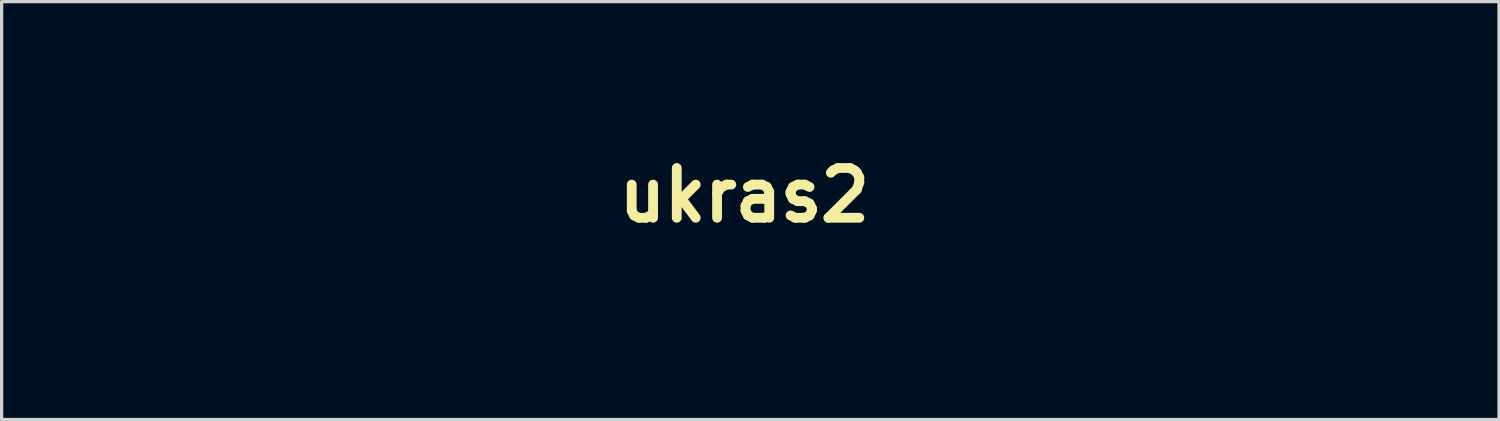
<source format=kicad_pcb>
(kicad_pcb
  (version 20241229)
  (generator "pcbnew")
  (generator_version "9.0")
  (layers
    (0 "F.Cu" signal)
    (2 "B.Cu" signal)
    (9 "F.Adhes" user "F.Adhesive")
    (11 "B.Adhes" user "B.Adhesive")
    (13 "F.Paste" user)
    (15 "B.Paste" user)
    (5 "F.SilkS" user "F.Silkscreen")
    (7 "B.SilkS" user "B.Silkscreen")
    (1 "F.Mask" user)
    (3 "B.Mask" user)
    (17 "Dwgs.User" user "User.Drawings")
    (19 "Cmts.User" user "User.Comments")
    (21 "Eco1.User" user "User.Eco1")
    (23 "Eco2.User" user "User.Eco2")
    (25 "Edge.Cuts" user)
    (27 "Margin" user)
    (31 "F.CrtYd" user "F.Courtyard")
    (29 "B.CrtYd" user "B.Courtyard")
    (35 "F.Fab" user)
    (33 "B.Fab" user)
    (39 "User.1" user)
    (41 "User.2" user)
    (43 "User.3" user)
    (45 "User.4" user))
  (footprint "ukras2"
    (layer "F.Cu")
    (at 19.738 2.928)
    (property "Reference" "ukras2" (at 0 0 0) (layer "F.SilkS") (effects (font (size 1.524 1.524) (thickness 0.3))))
    (attr through_hole)
    (fp_poly (pts (xy 7.546 -2.881) (xy 7.57 -2.752) (xy 7.57 -2.728) (xy 7.603 -2.529) (xy 7.687 -2.321) (xy 7.801 -2.144) (xy 7.897 -2.054) (xy 7.995 -2) (xy 8.051 -1.989) (xy 8.052 -1.99) (xy 8.048 -2.046) (xy 8.013 -2.166) (xy 7.972 -2.284) (xy 7.9 -2.523) (xy 7.889 -2.7) (xy 7.937 -2.808) (xy 7.996 -2.837) (xy 8.063 -2.833) (xy 8.068 -2.767) (xy 8.061 -2.737) (xy 8.052 -2.57) (xy 8.093 -2.375) (xy 8.172 -2.179) (xy 8.275 -2.005) (xy 8.39 -1.88) (xy 8.505 -1.829) (xy 8.512 -1.829) (xy 8.56 -1.83) (xy 8.578 -1.85) (xy 8.567 -1.911) (xy 8.525 -2.039) (xy 8.506 -2.095) (xy 8.458 -2.286) (xy 8.442 -2.467) (xy 8.455 -2.615) (xy 8.498 -2.703) (xy 8.534 -2.718) (xy 8.585 -2.69) (xy 8.598 -2.592) (xy 8.594 -2.53) (xy 8.603 -2.396) (xy 8.64 -2.234) (xy 8.695 -2.075) (xy 8.757 -1.947) (xy 8.816 -1.882) (xy 8.828 -1.88) (xy 8.851 -1.926) (xy 8.866 -2.047) (xy 8.869 -2.204) (xy 8.875 -2.407) (xy 8.902 -2.539) (xy 8.957 -2.631) (xy 8.961 -2.636) (xy 9.066 -2.727) (xy 9.137 -2.727) (xy 9.178 -2.664) (xy 9.165 -2.571) (xy 9.096 -2.481) (xy 9.025 -2.395) (xy 9.005 -2.293) (xy 9.019 -2.166) (xy 9.062 -2.019) (xy 9.136 -1.863) (xy 9.223 -1.727) (xy 9.306 -1.641) (xy 9.345 -1.626) (xy 9.367 -1.67) (xy 9.367 -1.78) (xy 9.362 -1.818) (xy 9.362 -1.983) (xy 9.411 -2.073) (xy 9.497 -2.106) (xy 9.554 -2.06) (xy 9.571 -1.954) (xy 9.546 -1.839) (xy 9.513 -1.691) (xy 9.512 -1.565) (xy 9.529 -1.493) (xy 9.551 -1.502) (xy 9.592 -1.6) (xy 9.666 -1.771) (xy 9.731 -1.867) (xy 9.806 -1.912) (xy 9.854 -1.922) (xy 9.982 -1.919) (xy 10.026 -1.866) (xy 9.984 -1.768) (xy 9.888 -1.661) (xy 9.76 -1.51) (xy 9.705 -1.374) (xy 9.728 -1.27) (xy 9.762 -1.24) (xy 9.863 -1.201) (xy 10.032 -1.158) (xy 10.236 -1.118) (xy 10.443 -1.086) (xy 10.618 -1.07) (xy 10.655 -1.069) (xy 10.792 -1.061) (xy 10.854 -1.031) (xy 10.871 -0.963) (xy 10.871 -0.943) (xy 10.824 -0.787) (xy 10.698 -0.67) (xy 10.622 -0.636) (xy 10.51 -0.567) (xy 10.492 -0.458) (xy 10.567 -0.311) (xy 10.735 -0.126) (xy 10.868 -0.007) (xy 11.028 0.157) (xy 11.181 0.364) (xy 11.31 0.585) (xy 11.399 0.792) (xy 11.43 0.951) (xy 11.445 1.021) (xy 11.5 1.084) (xy 11.605 1.143) (xy 11.776 1.206) (xy 12.023 1.278) (xy 12.277 1.345) (xy 12.981 1.481) (xy 13.723 1.547) (xy 14.472 1.542) (xy 15.198 1.467) (xy 15.578 1.394) (xy 15.805 1.34) (xy 15.946 1.295) (xy 16.016 1.249) (xy 16.028 1.189) (xy 15.996 1.105) (xy 15.981 1.076) (xy 15.926 0.948) (xy 15.901 0.851) (xy 15.9 0.846) (xy 15.939 0.763) (xy 16.034 0.738) (xy 16.158 0.775) (xy 16.205 0.804) (xy 16.332 0.868) (xy 16.509 0.921) (xy 16.614 0.94) (xy 16.826 0.979) (xy 17.065 1.037) (xy 17.19 1.073) (xy 17.408 1.137) (xy 17.563 1.162) (xy 17.686 1.151) (xy 17.808 1.103) (xy 17.833 1.091) (xy 17.924 1.033) (xy 17.969 0.959) (xy 17.982 0.833) (xy 17.983 0.763) (xy 17.978 0.618) (xy 17.956 0.488) (xy 17.909 0.35) (xy 17.828 0.183) (xy 17.705 -0.038) (xy 17.631 -0.165) (xy 17.498 -0.38) (xy 17.398 -0.507) (xy 17.325 -0.553) (xy 17.273 -0.522) (xy 17.254 -0.483) (xy 17.197 -0.412) (xy 17.141 -0.429) (xy 17.12 -0.513) (xy 17.076 -0.614) (xy 17.018 -0.646) (xy 16.928 -0.689) (xy 16.936 -0.755) (xy 16.974 -0.799) (xy 17.021 -0.888) (xy 16.988 -0.96) (xy 16.899 -1.002) (xy 16.776 -1.004) (xy 16.66 -0.964) (xy 16.556 -0.868) (xy 16.464 -0.719) (xy 16.412 -0.566) (xy 16.408 -0.523) (xy 16.384 -0.409) (xy 16.324 -0.256) (xy 16.245 -0.096) (xy 16.163 0.038) (xy 16.094 0.113) (xy 16.086 0.117) (xy 15.99 0.109) (xy 15.921 0.064) (xy 15.873 0.003) (xy 15.886 -0.05) (xy 15.972 -0.127) (xy 15.982 -0.135) (xy 16.075 -0.228) (xy 16.082 -0.293) (xy 16.072 -0.306) (xy 16.011 -0.317) (xy 15.904 -0.26) (xy 15.795 -0.174) (xy 15.66 -0.069) (xy 15.556 -0.017) (xy 15.439 -0.005) (xy 15.295 -0.017) (xy 15.078 -0.062) (xy 14.902 -0.141) (xy 14.782 -0.241) (xy 14.732 -0.35) (xy 14.764 -0.456) (xy 14.782 -0.475) (xy 14.841 -0.495) (xy 14.917 -0.437) (xy 14.952 -0.397) (xy 15.11 -0.267) (xy 15.298 -0.212) (xy 15.44 -0.227) (xy 15.53 -0.286) (xy 15.529 -0.366) (xy 15.439 -0.453) (xy 15.369 -0.492) (xy 15.216 -0.588) (xy 15.157 -0.692) (xy 15.171 -0.787) (xy 15.233 -0.857) (xy 15.313 -0.843) (xy 15.386 -0.751) (xy 15.397 -0.725) (xy 15.455 -0.611) (xy 15.51 -0.548) (xy 15.631 -0.514) (xy 15.792 -0.516) (xy 15.937 -0.552) (xy 15.955 -0.561) (xy 16.041 -0.638) (xy 16.027 -0.722) (xy 15.912 -0.813) (xy 15.794 -0.87) (xy 15.609 -0.971) (xy 15.503 -1.077) (xy 15.491 -1.1) (xy 15.446 -1.176) (xy 15.366 -1.21) (xy 15.218 -1.219) (xy 15.214 -1.219) (xy 15.206 -1.22) (xy 15.672 -1.22) (xy 15.838 -1.067) (xy 15.982 -0.956) (xy 16.115 -0.919) (xy 16.282 -0.943) (xy 16.294 -0.946) (xy 16.39 -1) (xy 16.395 -1.075) (xy 16.312 -1.155) (xy 16.231 -1.197) (xy 16.115 -1.263) (xy 16.055 -1.333) (xy 16.053 -1.347) (xy 16.02 -1.412) (xy 15.933 -1.409) (xy 15.811 -1.337) (xy 15.792 -1.321) (xy 15.672 -1.22) (xy 15.206 -1.22) (xy 15.047 -1.233) (xy 14.963 -1.279) (xy 14.952 -1.299) (xy 14.949 -1.4) (xy 15.015 -1.448) (xy 15.127 -1.428) (xy 15.14 -1.421) (xy 15.253 -1.386) (xy 15.395 -1.403) (xy 15.451 -1.419) (xy 15.551 -1.455) (xy 16.275 -1.455) (xy 16.284 -1.408) (xy 16.353 -1.33) (xy 16.471 -1.272) (xy 16.608 -1.239) (xy 16.735 -1.238) (xy 16.821 -1.271) (xy 16.84 -1.317) (xy 16.796 -1.379) (xy 16.688 -1.447) (xy 16.549 -1.508) (xy 16.414 -1.547) (xy 16.319 -1.55) (xy 16.302 -1.54) (xy 16.275 -1.455) (xy 15.551 -1.455) (xy 15.574 -1.464) (xy 15.641 -1.504) (xy 15.646 -1.513) (xy 15.605 -1.554) (xy 15.496 -1.624) (xy 15.356 -1.702) (xy 15.156 -1.825) (xy 15.01 -1.967) (xy 14.898 -2.134) (xy 14.781 -2.367) (xy 14.743 -2.546) (xy 14.744 -2.565) (xy 14.769 -2.68) (xy 14.811 -2.7) (xy 14.862 -2.629) (xy 14.915 -2.472) (xy 14.918 -2.461) (xy 15.016 -2.228) (xy 15.173 -2.019) (xy 15.359 -1.871) (xy 15.359 -1.871) (xy 15.44 -1.838) (xy 15.468 -1.861) (xy 15.444 -1.949) (xy 15.366 -2.112) (xy 15.34 -2.161) (xy 15.236 -2.395) (xy 15.205 -2.561) (xy 15.247 -2.659) (xy 15.303 -2.683) (xy 15.367 -2.672) (xy 15.391 -2.591) (xy 15.392 -2.542) (xy 15.425 -2.357) (xy 15.511 -2.152) (xy 15.629 -1.964) (xy 15.761 -1.828) (xy 15.804 -1.801) (xy 15.913 -1.752) (xy 15.978 -1.738) (xy 15.981 -1.74) (xy 15.974 -1.794) (xy 15.936 -1.915) (xy 15.876 -2.079) (xy 15.873 -2.087) (xy 15.79 -2.331) (xy 15.764 -2.498) (xy 15.796 -2.597) (xy 15.862 -2.632) (xy 15.923 -2.624) (xy 15.948 -2.551) (xy 15.951 -2.466) (xy 15.971 -2.317) (xy 16.022 -2.157) (xy 16.093 -2.007) (xy 16.17 -1.892) (xy 16.242 -1.834) (xy 16.287 -1.842) (xy 16.29 -1.901) (xy 16.273 -2.025) (xy 16.256 -2.108) (xy 16.231 -2.32) (xy 16.25 -2.502) (xy 16.307 -2.633) (xy 16.397 -2.691) (xy 16.412 -2.692) (xy 16.491 -2.657) (xy 16.505 -2.57) (xy 16.452 -2.46) (xy 16.437 -2.441) (xy 16.389 -2.319) (xy 16.409 -2.153) (xy 16.489 -1.97) (xy 16.622 -1.795) (xy 16.634 -1.782) (xy 16.817 -1.6) (xy 16.803 -1.852) (xy 16.801 -2.007) (xy 16.821 -2.088) (xy 16.872 -2.121) (xy 16.885 -2.124) (xy 16.938 -2.126) (xy 16.961 -2.089) (xy 16.96 -1.99) (xy 16.945 -1.864) (xy 16.934 -1.687) (xy 16.949 -1.578) (xy 16.982 -1.548) (xy 17.027 -1.604) (xy 17.067 -1.72) (xy 17.144 -1.912) (xy 17.247 -2.007) (xy 17.371 -2.007) (xy 17.462 -1.954) (xy 17.454 -1.887) (xy 17.378 -1.831) (xy 17.298 -1.75) (xy 17.228 -1.618) (xy 17.219 -1.592) (xy 17.184 -1.464) (xy 17.194 -1.391) (xy 17.24 -1.345) (xy 17.339 -1.307) (xy 17.509 -1.274) (xy 17.717 -1.25) (xy 17.931 -1.237) (xy 18.12 -1.238) (xy 18.226 -1.25) (xy 18.337 -1.265) (xy 18.382 -1.232) (xy 18.39 -1.129) (xy 18.39 -1.129) (xy 18.364 -1.003) (xy 18.273 -0.882) (xy 18.199 -0.817) (xy 18.009 -0.658) (xy 18.286 -0.418) (xy 18.563 -0.172) (xy 18.771 0.029) (xy 18.924 0.2) (xy 19.034 0.357) (xy 19.114 0.515) (xy 19.142 0.586) (xy 19.208 0.79) (xy 19.258 0.995) (xy 19.277 1.11) (xy 19.294 1.249) (xy 19.312 1.338) (xy 19.318 1.352) (xy 19.373 1.348) (xy 19.491 1.317) (xy 19.572 1.292) (xy 19.743 1.247) (xy 19.901 1.227) (xy 19.948 1.228) (xy 20.044 1.259) (xy 20.095 1.333) (xy 20.1 1.46) (xy 20.059 1.653) (xy 19.972 1.924) (xy 19.95 1.985) (xy 19.839 2.288) (xy 19.752 2.507) (xy 19.682 2.654) (xy 19.623 2.741) (xy 19.57 2.782) (xy 19.563 2.784) (xy 19.524 2.779) (xy 19.51 2.717) (xy 19.52 2.578) (xy 19.524 2.534) (xy 19.54 2.382) (xy 19.538 2.316) (xy 19.515 2.322) (xy 19.483 2.362) (xy 19.392 2.488) (xy 19.339 2.561) (xy 19.247 2.634) (xy 19.166 2.62) (xy 19.115 2.53) (xy 19.11 2.426) (xy 19.154 2.283) (xy 19.265 2.195) (xy 19.354 2.135) (xy 19.436 2.055) (xy 19.491 1.979) (xy 19.496 1.934) (xy 19.483 1.93) (xy 19.43 1.958) (xy 19.323 2.028) (xy 19.241 2.086) (xy 19.117 2.169) (xy 19.008 2.214) (xy 18.878 2.231) (xy 18.687 2.229) (xy 18.67 2.229) (xy 18.445 2.233) (xy 18.221 2.256) (xy 18.072 2.287) (xy 17.95 2.319) (xy 17.848 2.329) (xy 17.737 2.315) (xy 17.585 2.271) (xy 17.404 2.21) (xy 16.978 2.062) (xy 16.765 2.203) (xy 16.655 2.268) (xy 16.533 2.32) (xy 16.377 2.367) (xy 16.164 2.414) (xy 15.872 2.468) (xy 15.871 2.468) (xy 15.8 2.514) (xy 15.68 2.629) (xy 15.523 2.8) (xy 15.341 3.014) (xy 15.292 3.075) (xy 15.069 3.347) (xy 14.897 3.546) (xy 14.766 3.682) (xy 14.665 3.765) (xy 14.586 3.804) (xy 14.543 3.81) (xy 14.494 3.767) (xy 14.478 3.685) (xy 14.503 3.524) (xy 14.565 3.388) (xy 14.649 3.31) (xy 14.685 3.302) (xy 14.76 3.265) (xy 14.874 3.17) (xy 15.005 3.04) (xy 15.132 2.898) (xy 15.233 2.768) (xy 15.287 2.672) (xy 15.291 2.653) (xy 15.284 2.612) (xy 15.255 2.604) (xy 15.195 2.637) (xy 15.094 2.717) (xy 14.941 2.852) (xy 14.726 3.049) (xy 14.686 3.086) (xy 14.447 3.303) (xy 14.269 3.449) (xy 14.145 3.529) (xy 14.067 3.545) (xy 14.029 3.503) (xy 14.021 3.435) (xy 14.034 3.346) (xy 14.082 3.256) (xy 14.178 3.15) (xy 14.333 3.013) (xy 14.529 2.857) (xy 14.719 2.702) (xy 14.907 2.537) (xy 15.055 2.395) (xy 15.062 2.387) (xy 15.223 2.248) (xy 15.426 2.109) (xy 15.578 2.026) (xy 15.818 1.889) (xy 15.974 1.74) (xy 16.064 1.559) (xy 16.085 1.475) (xy 16.1 1.376) (xy 16.073 1.345) (xy 15.979 1.365) (xy 15.944 1.375) (xy 15.661 1.444) (xy 15.309 1.508) (xy 14.923 1.562) (xy 14.536 1.602) (xy 14.181 1.623) (xy 14.045 1.626) (xy 13.472 1.607) (xy 12.943 1.548) (xy 12.407 1.441) (xy 12.196 1.388) (xy 11.915 1.314) (xy 11.719 1.263) (xy 11.592 1.238) (xy 11.519 1.24) (xy 11.487 1.269) (xy 11.479 1.328) (xy 11.48 1.417) (xy 11.481 1.448) (xy 11.485 1.592) (xy 11.505 1.657) (xy 11.553 1.666) (xy 11.595 1.656) (xy 11.882 1.595) (xy 12.097 1.591) (xy 12.235 1.645) (xy 12.292 1.754) (xy 12.294 1.78) (xy 12.271 1.869) (xy 12.209 2.021) (xy 12.12 2.215) (xy 12.013 2.431) (xy 11.899 2.649) (xy 11.79 2.846) (xy 11.695 3.003) (xy 11.626 3.1) (xy 11.603 3.119) (xy 11.549 3.124) (xy 11.536 3.067) (xy 11.546 2.985) (xy 11.577 2.824) (xy 11.609 2.692) (xy 11.624 2.627) (xy 11.602 2.623) (xy 11.534 2.687) (xy 11.468 2.756) (xy 11.332 2.888) (xy 11.24 2.937) (xy 11.18 2.907) (xy 11.146 2.817) (xy 11.155 2.669) (xy 11.249 2.545) (xy 11.407 2.468) (xy 11.525 2.404) (xy 11.583 2.336) (xy 11.614 2.267) (xy 11.603 2.243) (xy 11.535 2.266) (xy 11.397 2.339) (xy 11.336 2.373) (xy 11.2 2.445) (xy 11.098 2.481) (xy 10.989 2.484) (xy 10.836 2.46) (xy 10.749 2.443) (xy 10.533 2.408) (xy 10.371 2.403) (xy 10.218 2.43) (xy 10.184 2.439) (xy 10.069 2.467) (xy 9.973 2.472) (xy 9.869 2.448) (xy 9.725 2.389) (xy 9.572 2.318) (xy 9.339 2.213) (xy 9.168 2.156) (xy 9.031 2.143) (xy 8.901 2.173) (xy 8.763 2.235) (xy 8.566 2.305) (xy 8.318 2.335) (xy 8.218 2.337) (xy 7.872 2.337) (xy 7.264 2.921) (xy 7.011 3.159) (xy 6.818 3.33) (xy 6.676 3.439) (xy 6.577 3.495) (xy 6.529 3.505) (xy 6.425 3.478) (xy 6.401 3.426) (xy 6.429 3.3) (xy 6.497 3.172) (xy 6.582 3.076) (xy 6.646 3.048) (xy 6.725 3.016) (xy 6.852 2.934) (xy 7.001 2.822) (xy 7.148 2.699) (xy 7.268 2.586) (xy 7.33 2.508) (xy 7.35 2.442) (xy 7.298 2.436) (xy 7.182 2.489) (xy 7.009 2.596) (xy 6.785 2.755) (xy 6.69 2.826) (xy 6.49 2.975) (xy 6.313 3.098) (xy 6.179 3.184) (xy 6.104 3.22) (xy 6.101 3.22) (xy 6.031 3.18) (xy 6.004 3.086) (xy 6.005 3.006) (xy 6.044 2.937) (xy 6.137 2.86) (xy 6.298 2.756) (xy 6.481 2.638) (xy 6.708 2.485) (xy 6.939 2.323) (xy 7.034 2.255) (xy 7.275 2.092) (xy 7.496 1.966) (xy 7.672 1.892) (xy 7.692 1.886) (xy 7.911 1.797) (xy 8.099 1.661) (xy 8.227 1.499) (xy 8.257 1.427) (xy 8.272 1.342) (xy 8.235 1.331) (xy 8.197 1.345) (xy 8.117 1.36) (xy 7.954 1.375) (xy 7.727 1.39) (xy 7.455 1.403) (xy 7.23 1.41) (xy 6.843 1.418) (xy 6.53 1.415) (xy 6.263 1.401) (xy 6.015 1.375) (xy 5.834 1.347) (xy 5.167 1.209) (xy 4.56 1.03) (xy 4.082 0.839) (xy 3.708 0.667) (xy 3.74 0.956) (xy 3.763 1.12) (xy 3.789 1.241) (xy 3.807 1.283) (xy 3.871 1.29) (xy 3.995 1.266) (xy 4.076 1.241) (xy 4.309 1.183) (xy 4.482 1.183) (xy 4.587 1.241) (xy 4.613 1.304) (xy 4.602 1.419) (xy 4.549 1.625) (xy 4.455 1.921) (xy 4.32 2.305) (xy 4.257 2.477) (xy 4.174 2.655) (xy 4.101 2.738) (xy 4.046 2.733) (xy 4.019 2.646) (xy 4.029 2.485) (xy 4.061 2.336) (xy 4.109 2.159) (xy 4.023 2.283) (xy 3.9 2.453) (xy 3.812 2.548) (xy 3.744 2.583) (xy 3.691 2.575) (xy 3.627 2.505) (xy 3.609 2.389) (xy 3.638 2.277) (xy 3.67 2.238) (xy 3.751 2.173) (xy 3.866 2.08) (xy 3.886 2.063) (xy 3.974 1.976) (xy 4.005 1.911) (xy 4 1.901) (xy 3.941 1.904) (xy 3.85 1.964) (xy 3.848 1.966) (xy 3.697 2.083) (xy 3.541 2.15) (xy 3.342 2.18) (xy 3.172 2.184) (xy 2.951 2.198) (xy 2.73 2.232) (xy 2.598 2.268) (xy 2.476 2.308) (xy 2.38 2.324) (xy 2.276 2.312) (xy 2.134 2.272) (xy 1.973 2.217) (xy 1.744 2.141) (xy 1.585 2.1) (xy 1.472 2.094) (xy 1.379 2.121) (xy 1.281 2.183) (xy 1.254 2.203) (xy 0.983 2.354) (xy 0.693 2.431) (xy 0.583 2.438) (xy 0.472 2.451) (xy 0.364 2.498) (xy 0.246 2.588) (xy 0.107 2.734) (xy -0.067 2.947) (xy -0.202 3.123) (xy -0.426 3.406) (xy -0.619 3.627) (xy -0.774 3.779) (xy -0.884 3.854) (xy -0.915 3.861) (xy -0.964 3.819) (xy -0.988 3.766) (xy -0.99 3.61) (xy -0.914 3.454) (xy -0.779 3.337) (xy -0.771 3.332) (xy -0.668 3.258) (xy -0.539 3.138) (xy -0.408 2.997) (xy -0.294 2.859) (xy -0.22 2.747) (xy -0.203 2.698) (xy -0.219 2.65) (xy -0.272 2.655) (xy -0.37 2.719) (xy -0.518 2.846) (xy -0.725 3.041) (xy -0.817 3.131) (xy -1.053 3.356) (xy -1.228 3.505) (xy -1.343 3.58) (xy -1.394 3.59) (xy -1.466 3.533) (xy -1.463 3.442) (xy -1.381 3.313) (xy -1.217 3.14) (xy -1.054 2.991) (xy -0.861 2.817) (xy -0.677 2.645) (xy -0.529 2.497) (xy -0.464 2.427) (xy -0.329 2.303) (xy -0.141 2.169) (xy 0.049 2.058) (xy 0.298 1.913) (xy 0.462 1.763) (xy 0.559 1.592) (xy 0.591 1.478) (xy 0.62 1.332) (xy 0.145 1.435) (xy -0.196 1.491) (xy -0.609 1.527) (xy -1.062 1.545) (xy -1.527 1.545) (xy -1.976 1.525) (xy -2.377 1.485) (xy -2.591 1.451) (xy -2.929 1.373) (xy -3.322 1.263) (xy -3.736 1.13) (xy -4.131 0.987) (xy -4.187 0.977) (xy -4.21 1.018) (xy -4.21 1.134) (xy -4.207 1.174) (xy -4.197 1.286) (xy -4.173 1.353) (xy -4.116 1.384) (xy -4.007 1.385) (xy -3.826 1.362) (xy -3.706 1.344) (xy -3.549 1.33) (xy -3.454 1.353) (xy -3.404 1.397) (xy -3.37 1.455) (xy -3.366 1.531) (xy -3.394 1.65) (xy -3.452 1.821) (xy -3.547 2.074) (xy -3.649 2.322) (xy -3.749 2.545) (xy -3.839 2.727) (xy -3.91 2.85) (xy -3.955 2.896) (xy -3.955 2.896) (xy -4.017 2.854) (xy -4.024 2.738) (xy -3.982 2.578) (xy -3.948 2.459) (xy -3.941 2.393) (xy -3.947 2.388) (xy -3.995 2.423) (xy -4.084 2.512) (xy -4.143 2.578) (xy -4.255 2.692) (xy -4.328 2.729) (xy -4.368 2.711) (xy -4.414 2.606) (xy -4.4 2.471) (xy -4.339 2.353) (xy -4.285 2.311) (xy -4.11 2.2) (xy -4.022 2.088) (xy -4.013 2.042) (xy -4.027 1.999) (xy -4.08 2.026) (xy -4.128 2.068) (xy -4.265 2.176) (xy -4.408 2.242) (xy -4.588 2.276) (xy -4.834 2.286) (xy -4.861 2.286) (xy -5.082 2.293) (xy -5.291 2.312) (xy -5.444 2.338) (xy -5.451 2.34) (xy -5.556 2.362) (xy -5.663 2.361) (xy -5.797 2.334) (xy -5.987 2.275) (xy -6.104 2.235) (xy -6.563 2.076) (xy -6.758 2.211) (xy -6.936 2.305) (xy -7.165 2.367) (xy -7.324 2.391) (xy -7.456 2.409) (xy -7.564 2.431) (xy -7.662 2.468) (xy -7.76 2.529) (xy -7.872 2.625) (xy -8.009 2.763) (xy -8.184 2.955) (xy -8.408 3.209) (xy -8.519 3.336) (xy -8.727 3.556) (xy -8.887 3.688) (xy -9.002 3.733) (xy -9.071 3.69) (xy -9.079 3.673) (xy -9.083 3.538) (xy -9.023 3.393) (xy -8.919 3.283) (xy -8.896 3.27) (xy -8.795 3.202) (xy -8.662 3.089) (xy -8.518 2.954) (xy -8.384 2.816) (xy -8.282 2.696) (xy -8.232 2.616) (xy -8.23 2.605) (xy -8.238 2.56) (xy -8.271 2.552) (xy -8.337 2.586) (xy -8.448 2.671) (xy -8.613 2.813) (xy -8.817 2.995) (xy -9.057 3.206) (xy -9.236 3.348) (xy -9.366 3.427) (xy -9.455 3.449) (xy -9.513 3.42) (xy -9.525 3.403) (xy -9.54 3.307) (xy -9.475 3.187) (xy -9.324 3.039) (xy -9.143 2.899) (xy -8.924 2.731) (xy -8.683 2.535) (xy -8.471 2.352) (xy -8.466 2.347) (xy -8.262 2.18) (xy -8.071 2.053) (xy -7.933 1.99) (xy -7.758 1.91) (xy -7.597 1.792) (xy -7.475 1.658) (xy -7.418 1.533) (xy -7.417 1.514) (xy -7.43 1.445) (xy -7.489 1.429) (xy -7.582 1.444) (xy -7.952 1.519) (xy -8.263 1.57) (xy -8.548 1.602) (xy -8.84 1.617) (xy -9.174 1.617) (xy -9.474 1.611) (xy -9.826 1.598) (xy -10.137 1.58) (xy -10.422 1.554) (xy -10.7 1.516) (xy -10.988 1.463) (xy -11.302 1.392) (xy -11.661 1.3) (xy -12.081 1.183) (xy -12.58 1.039) (xy -12.611 1.03) (xy -12.666 1.029) (xy -12.692 1.082) (xy -12.7 1.211) (xy -12.7 1.237) (xy -12.746 1.574) (xy -12.875 1.896) (xy -13.072 2.18) (xy -13.324 2.403) (xy -13.497 2.498) (xy -13.626 2.565) (xy -13.705 2.625) (xy -13.716 2.646) (xy -13.689 2.74) (xy -13.619 2.888) (xy -13.522 3.061) (xy -13.415 3.23) (xy -13.313 3.366) (xy -13.304 3.376) (xy -13.213 3.473) (xy -13.132 3.527) (xy -13.025 3.55) (xy -12.859 3.555) (xy -12.809 3.555) (xy -12.458 3.518) (xy -12.178 3.412) (xy -11.972 3.236) (xy -11.841 2.993) (xy -11.805 2.857) (xy -11.798 2.697) (xy -11.844 2.541) (xy -11.954 2.37) (xy -12.138 2.167) (xy -12.194 2.11) (xy -12.352 1.948) (xy -12.445 1.827) (xy -12.488 1.728) (xy -12.497 1.651) (xy -12.459 1.491) (xy -12.363 1.371) (xy -12.233 1.321) (xy -12.226 1.321) (xy -12.162 1.36) (xy -12.141 1.446) (xy -12.17 1.53) (xy -12.192 1.549) (xy -12.236 1.601) (xy -12.223 1.677) (xy -12.146 1.79) (xy -12 1.952) (xy -11.943 2.011) (xy -11.718 2.276) (xy -11.588 2.529) (xy -11.551 2.782) (xy -11.602 3.052) (xy -11.686 3.251) (xy -11.795 3.429) (xy -11.935 3.562) (xy -12.135 3.677) (xy -12.193 3.704) (xy -12.242 3.726) (xy -12.296 3.744) (xy -12.361 3.759) (xy -12.446 3.772) (xy -12.559 3.782) (xy -12.708 3.79) (xy -12.901 3.796) (xy -13.145 3.801) (xy -13.45 3.804) (xy -13.823 3.806) (xy -14.271 3.808) (xy -14.804 3.808) (xy -15.429 3.809) (xy -15.56 3.809) (xy -16.204 3.809) (xy -16.754 3.809) (xy -17.219 3.808) (xy -17.606 3.806) (xy -17.923 3.803) (xy -18.178 3.799) (xy -18.378 3.793) (xy -18.533 3.785) (xy -18.649 3.775) (xy -18.735 3.763) (xy -18.799 3.749) (xy -18.848 3.732) (xy -18.887 3.713) (xy -19.092 3.556) (xy -19.216 3.339) (xy -19.253 3.101) (xy -19.213 2.848) (xy -19.101 2.643) (xy -18.931 2.502) (xy -18.717 2.44) (xy -18.675 2.438) (xy -18.557 2.47) (xy -18.424 2.55) (xy -18.308 2.651) (xy -18.242 2.748) (xy -18.237 2.775) (xy -18.273 2.857) (xy -18.362 2.877) (xy -18.473 2.831) (xy -18.51 2.8) (xy -18.618 2.723) (xy -18.71 2.692) (xy -18.839 2.738) (xy -18.941 2.858) (xy -18.994 3.024) (xy -18.998 3.086) (xy -18.968 3.283) (xy -18.877 3.421) (xy -18.715 3.508) (xy -18.473 3.55) (xy -18.295 3.556) (xy -18.107 3.553) (xy -17.988 3.538) (xy -17.971 3.53) (xy -17.577 3.53) (xy -17.531 3.544) (xy -17.413 3.554) (xy -17.301 3.556) (xy -17.136 3.551) (xy -17.03 3.521) (xy -17.02 3.512) (xy -16.713 3.512) (xy -16.665 3.525) (xy -16.53 3.538) (xy -16.322 3.55) (xy -16.058 3.56) (xy -15.751 3.567) (xy -15.634 3.569) (xy -15.311 3.574) (xy -15.021 3.579) (xy -14.781 3.584) (xy -14.605 3.59) (xy -14.51 3.594) (xy -14.499 3.595) (xy -14.421 3.582) (xy -14.412 3.574) (xy -14.416 3.516) (xy -14.47 3.415) (xy -14.482 3.398) (xy -14.556 3.276) (xy -14.649 3.101) (xy -14.735 2.922) (xy -14.84 2.692) (xy -14.572 2.692) (xy -14.525 2.827) (xy -14.483 2.921) (xy -14.366 3.139) (xy -14.232 3.333) (xy -14.099 3.482) (xy -13.984 3.563) (xy -13.96 3.571) (xy -13.78 3.595) (xy -13.622 3.598) (xy -13.516 3.58) (xy -13.493 3.564) (xy -13.5 3.497) (xy -13.553 3.403) (xy -13.62 3.299) (xy -13.714 3.139) (xy -13.814 2.957) (xy -13.818 2.951) (xy -13.995 2.616) (xy -14.287 2.599) (xy -14.464 2.595) (xy -14.555 2.621) (xy -14.572 2.692) (xy -14.84 2.692) (xy -14.885 2.591) (xy -16.197 2.591) (xy -16.36 2.945) (xy -16.452 3.128) (xy -16.542 3.283) (xy -16.613 3.379) (xy -16.618 3.384) (xy -16.691 3.465) (xy -16.713 3.512) (xy -17.02 3.512) (xy -16.94 3.446) (xy -16.85 3.34) (xy -16.716 3.157) (xy -16.596 2.961) (xy -16.507 2.782) (xy -16.462 2.645) (xy -16.459 2.618) (xy -16.48 2.574) (xy -16.555 2.55) (xy -16.705 2.541) (xy -16.782 2.54) (xy -17.105 2.54) (xy -17.217 2.832) (xy -17.301 3.029) (xy -17.397 3.22) (xy -17.452 3.314) (xy -17.528 3.433) (xy -17.572 3.515) (xy -17.577 3.53) (xy -17.971 3.53) (xy -17.905 3.497) (xy -17.828 3.42) (xy -17.784 3.367) (xy -17.651 3.18) (xy -17.532 2.969) (xy -17.446 2.769) (xy -17.411 2.633) (xy -17.417 2.569) (xy -17.469 2.525) (xy -17.586 2.488) (xy -17.692 2.465) (xy -18.001 2.363) (xy -18.271 2.196) (xy -18.476 1.984) (xy -18.523 1.91) (xy -18.6 1.726) (xy -18.677 1.448) (xy -18.697 1.351) (xy -15.063 1.351) (xy -15.057 1.559) (xy -15.039 1.689) (xy -15.004 1.768) (xy -14.962 1.808) (xy -14.849 1.872) (xy -14.797 1.856) (xy -14.804 1.765) (xy -14.831 1.652) (xy -14.863 1.482) (xy -14.882 1.361) (xy -14.912 1.193) (xy -14.942 1.066) (xy -14.959 1.018) (xy -15.009 0.966) (xy -15.042 1.003) (xy -15.06 1.133) (xy -15.063 1.351) (xy -18.697 1.351) (xy -18.754 1.074) (xy -18.832 0.601) (xy -18.849 0.484) (xy -18.854 0.455) (xy -14.575 0.455) (xy -14.533 0.505) (xy -14.479 0.523) (xy -14.379 0.593) (xy -14.313 0.745) (xy -14.28 0.985) (xy -14.275 1.168) (xy -14.273 1.352) (xy -14.261 1.458) (xy -14.23 1.511) (xy -14.172 1.532) (xy -14.135 1.538) (xy -14.02 1.557) (xy -13.96 1.567) (xy -13.925 1.529) (xy -13.883 1.423) (xy -13.871 1.384) (xy -13.821 1.025) (xy -13.85 0.649) (xy -13.914 0.486) (xy -14.038 0.404) (xy -14.184 0.4) (xy -14.296 0.386) (xy -14.381 0.353) (xy -14.475 0.32) (xy -14.531 0.358) (xy -14.534 0.363) (xy -14.575 0.455) (xy -18.854 0.455) (xy -18.897 0.21) (xy -18.957 -0.055) (xy -19.024 -0.29) (xy -19.091 -0.474) (xy -19.151 -0.584) (xy -19.164 -0.597) (xy -19.261 -0.65) (xy -19.355 -0.683) (xy -19.372 -0.686) (xy -19.152 -0.686) (xy -19.126 -0.66) (xy -19.101 -0.686) (xy -19.126 -0.711) (xy -19.152 -0.686) (xy -19.372 -0.686) (xy -19.428 -0.696) (xy -19.422 -0.676) (xy -19.396 -0.62) (xy -19.443 -0.526) (xy -19.457 -0.507) (xy -19.529 -0.424) (xy -19.581 -0.417) (xy -19.638 -0.466) (xy -19.697 -0.581) (xy -19.724 -0.737) (xy -19.253 -0.737) (xy -19.228 -0.711) (xy -19.202 -0.737) (xy -19.228 -0.762) (xy -19.253 -0.737) (xy -19.724 -0.737) (xy -19.728 -0.76) (xy -19.733 -0.972) (xy -19.72 -1.092) (xy -18.999 -1.092) (xy -18.974 -1.067) (xy -18.948 -1.092) (xy -18.974 -1.118) (xy -18.999 -1.092) (xy -19.72 -1.092) (xy -19.711 -1.182) (xy -19.662 -1.358) (xy -19.637 -1.408) (xy -19.489 -1.576) (xy -19.313 -1.653) (xy -19.123 -1.639) (xy -18.934 -1.535) (xy -18.771 -1.358) (xy -18.687 -1.229) (xy -18.637 -1.134) (xy -18.631 -1.105) (xy -18.607 -1.068) (xy -18.597 -1.067) (xy -18.545 -1.029) (xy -18.456 -0.93) (xy -18.362 -0.81) (xy -18.241 -0.657) (xy -18.167 -0.591) (xy -18.141 -0.612) (xy -18.165 -0.721) (xy -18.178 -0.759) (xy -18.208 -0.866) (xy -18.187 -0.907) (xy -18.111 -0.914) (xy -18.004 -0.934) (xy -17.958 -0.965) (xy -17.89 -0.995) (xy -17.802 -0.991) (xy -17.653 -0.96) (xy -17.539 -0.936) (xy -17.449 -0.926) (xy -17.44 -0.943) (xy -17.458 -0.955) (xy -17.141 -0.955) (xy -17.075 -0.922) (xy -16.973 -0.914) (xy -16.838 -0.925) (xy -16.752 -0.95) (xy -16.742 -0.959) (xy -16.742 -1.028) (xy -16.81 -1.075) (xy -16.917 -1.086) (xy -16.981 -1.071) (xy -17.11 -1.007) (xy -17.141 -0.955) (xy -17.458 -0.955) (xy -17.498 -0.98) (xy -17.61 -1.026) (xy -17.716 -1.06) (xy -17.872 -1.125) (xy -17.917 -1.189) (xy -17.716 -1.189) (xy -17.658 -1.109) (xy -17.592 -1.076) (xy -17.432 -1.028) (xy -17.347 -1.031) (xy -17.323 -1.082) (xy -17.366 -1.211) (xy -17.471 -1.297) (xy -17.579 -1.313) (xy -17.69 -1.266) (xy -17.716 -1.189) (xy -17.917 -1.189) (xy -17.928 -1.204) (xy -17.887 -1.304) (xy -17.853 -1.343) (xy -17.721 -1.411) (xy -17.569 -1.406) (xy -17.423 -1.339) (xy -17.315 -1.224) (xy -17.272 -1.075) (xy -17.272 -1.075) (xy -17.272 -0.962) (xy -17.127 -1.069) (xy -16.975 -1.148) (xy -16.835 -1.164) (xy -16.731 -1.122) (xy -16.688 -1.023) (xy -16.688 -1.016) (xy -16.705 -0.926) (xy -16.777 -0.88) (xy -16.866 -0.861) (xy -17.043 -0.833) (xy -16.828 -0.793) (xy -16.677 -0.75) (xy -16.615 -0.69) (xy -16.612 -0.668) (xy -16.572 -0.577) (xy -16.506 -0.517) (xy -16.437 -0.465) (xy -16.434 -0.41) (xy -16.487 -0.319) (xy -16.542 -0.23) (xy -16.539 -0.206) (xy -16.478 -0.227) (xy -16.354 -0.272) (xy -16.3 -0.29) (xy -16.238 -0.351) (xy -16.202 -0.42) (xy -14.63 -0.42) (xy -14.581 -0.238) (xy -14.439 -0.082) (xy -14.345 -0.019) (xy -14.217 0.067) (xy -14.137 0.142) (xy -14.122 0.172) (xy -14.085 0.264) (xy -14.005 0.339) (xy -13.953 0.356) (xy -13.931 0.31) (xy -13.931 0.189) (xy -13.94 0.101) (xy -13.95 -0.113) (xy -13.931 -0.196) (xy -13.465 -0.196) (xy -13.416 -0.008) (xy -13.285 0.205) (xy -13.112 0.398) (xy -12.961 0.552) (xy -12.831 0.697) (xy -12.746 0.805) (xy -12.738 0.818) (xy -12.682 0.884) (xy -12.591 0.942) (xy -12.447 1.003) (xy -12.23 1.074) (xy -12.107 1.11) (xy -11.437 1.29) (xy -10.813 1.426) (xy -10.256 1.514) (xy -10.201 1.521) (xy -9.938 1.541) (xy -9.613 1.55) (xy -9.254 1.55) (xy -8.887 1.541) (xy -8.541 1.524) (xy -8.245 1.499) (xy -8.052 1.472) (xy -7.733 1.408) (xy -7.512 1.352) (xy -7.391 1.304) (xy -7.366 1.275) (xy -7.413 1.256) (xy -7.542 1.234) (xy -7.732 1.214) (xy -7.938 1.198) (xy -8.84 1.091) (xy -9.74 0.886) (xy -10.629 0.585) (xy -11.497 0.191) (xy -12.257 -0.242) (xy -12.469 -0.374) (xy -12.61 -0.456) (xy -12.694 -0.494) (xy -12.736 -0.493) (xy -12.75 -0.46) (xy -12.751 -0.436) (xy -12.779 -0.246) (xy -12.851 -0.075) (xy -12.953 0.05) (xy -13.067 0.101) (xy -13.074 0.102) (xy -13.153 0.056) (xy -13.219 -0.058) (xy -13.256 -0.209) (xy -13.259 -0.262) (xy -13.276 -0.4) (xy -13.323 -0.446) (xy -13.394 -0.395) (xy -13.427 -0.348) (xy -13.465 -0.196) (xy -13.931 -0.196) (xy -13.907 -0.299) (xy -13.876 -0.375) (xy -13.786 -0.526) (xy -13.66 -0.673) (xy -13.524 -0.792) (xy -13.404 -0.858) (xy -13.368 -0.864) (xy -13.312 -0.888) (xy -13.341 -0.959) (xy -13.452 -1.069) (xy -13.492 -1.101) (xy -13.674 -1.248) (xy -14.063 -1.054) (xy -14.247 -0.958) (xy -14.396 -0.871) (xy -14.486 -0.807) (xy -14.498 -0.793) (xy -14.509 -0.693) (xy -14.461 -0.561) (xy -14.379 -0.396) (xy -14.505 -0.428) (xy -14.598 -0.438) (xy -14.63 -0.42) (xy -16.202 -0.42) (xy -16.166 -0.489) (xy -16.108 -0.645) (xy -15.999 -0.977) (xy -16.165 -1.193) (xy -16.273 -1.321) (xy -16.364 -1.385) (xy -16.474 -1.406) (xy -16.534 -1.407) (xy -16.805 -1.418) (xy -17.04 -1.453) (xy -17.219 -1.506) (xy -17.32 -1.573) (xy -17.328 -1.585) (xy -17.351 -1.7) (xy -17.302 -1.782) (xy -17.208 -1.821) (xy -17.098 -1.805) (xy -17.001 -1.723) (xy -16.89 -1.633) (xy -16.756 -1.637) (xy -16.606 -1.732) (xy -16.46 -1.903) (xy -16.257 -2.169) (xy -16.083 -2.353) (xy -15.925 -2.466) (xy -15.782 -2.516) (xy -15.507 -2.532) (xy -15.266 -2.461) (xy -15.041 -2.297) (xy -15.002 -2.26) (xy -14.88 -2.128) (xy -14.82 -2.033) (xy -14.807 -1.945) (xy -14.816 -1.876) (xy -14.825 -1.747) (xy -14.777 -1.675) (xy -14.765 -1.667) (xy -14.699 -1.591) (xy -14.684 -1.493) (xy -14.723 -1.42) (xy -14.741 -1.411) (xy -14.777 -1.359) (xy -14.753 -1.278) (xy -14.685 -1.203) (xy -14.648 -1.184) (xy -14.556 -1.19) (xy -14.397 -1.245) (xy -14.202 -1.336) (xy -13.956 -1.446) (xy -13.773 -1.49) (xy -13.658 -1.469) (xy -13.615 -1.383) (xy -13.614 -1.374) (xy -13.574 -1.289) (xy -13.467 -1.174) (xy -13.316 -1.05) (xy -13.143 -0.936) (xy -13.081 -0.902) (xy -12.939 -0.81) (xy -12.827 -0.711) (xy -12.734 -0.633) (xy -12.569 -0.519) (xy -12.349 -0.379) (xy -12.092 -0.225) (xy -11.817 -0.066) (xy -11.541 0.086) (xy -11.282 0.222) (xy -11.107 0.307) (xy -10.767 0.454) (xy -10.366 0.606) (xy -9.94 0.751) (xy -9.524 0.877) (xy -9.155 0.974) (xy -9.068 0.993) (xy -8.842 1.031) (xy -8.556 1.066) (xy -8.255 1.093) (xy -8.063 1.105) (xy -7.465 1.132) (xy -7.519 0.989) (xy -7.55 0.865) (xy -7.547 0.779) (xy -7.48 0.719) (xy -7.373 0.724) (xy -7.262 0.789) (xy -7.245 0.806) (xy -7.131 0.876) (xy -6.951 0.924) (xy -6.904 0.931) (xy -6.726 0.964) (xy -6.501 1.021) (xy -6.276 1.09) (xy -6.267 1.093) (xy -6.061 1.16) (xy -5.919 1.191) (xy -5.811 1.192) (xy -5.715 1.169) (xy -5.556 1.07) (xy -5.475 0.906) (xy -5.471 0.676) (xy -5.49 0.568) (xy -5.54 0.413) (xy -5.625 0.21) (xy -5.731 -0.013) (xy -5.844 -0.227) (xy -5.949 -0.403) (xy -6.028 -0.508) (xy -6.092 -0.557) (xy -6.138 -0.519) (xy -6.152 -0.495) (xy -6.223 -0.416) (xy -6.279 -0.427) (xy -6.299 -0.513) (xy -6.343 -0.614) (xy -6.401 -0.646) (xy -6.49 -0.691) (xy -6.481 -0.757) (xy -6.426 -0.813) (xy -6.377 -0.884) (xy -6.406 -0.947) (xy -6.516 -1.014) (xy -6.646 -0.998) (xy -6.781 -0.908) (xy -6.907 -0.757) (xy -7.009 -0.555) (xy -7.035 -0.48) (xy -7.129 -0.224) (xy -7.235 -0.034) (xy -7.344 0.077) (xy -7.418 0.102) (xy -7.524 0.07) (xy -7.556 -0.009) (xy -7.51 -0.109) (xy -7.45 -0.164) (xy -7.366 -0.243) (xy -7.341 -0.305) (xy -7.343 -0.309) (xy -7.388 -0.349) (xy -7.455 -0.336) (xy -7.566 -0.265) (xy -7.645 -0.203) (xy -7.868 -0.087) (xy -8.117 -0.054) (xy -8.365 -0.102) (xy -8.586 -0.229) (xy -8.658 -0.299) (xy -8.723 -0.383) (xy -8.718 -0.441) (xy -8.67 -0.495) (xy -8.612 -0.543) (xy -8.558 -0.536) (xy -8.479 -0.465) (xy -8.435 -0.417) (xy -8.269 -0.291) (xy -8.092 -0.252) (xy -7.927 -0.302) (xy -7.883 -0.348) (xy -7.909 -0.41) (xy -7.946 -0.453) (xy -8.05 -0.542) (xy -8.13 -0.585) (xy -8.228 -0.657) (xy -8.258 -0.763) (xy -8.224 -0.845) (xy -8.145 -0.907) (xy -8.077 -0.88) (xy -8.007 -0.758) (xy -8.001 -0.743) (xy -7.892 -0.599) (xy -7.732 -0.531) (xy -7.544 -0.548) (xy -7.491 -0.569) (xy -7.393 -0.643) (xy -7.394 -0.729) (xy -7.495 -0.825) (xy -7.632 -0.9) (xy -7.81 -1.007) (xy -7.897 -1.12) (xy -7.904 -1.142) (xy -7.938 -1.224) (xy -7.982 -1.248) (xy -7.711 -1.248) (xy -7.653 -1.163) (xy -7.582 -1.094) (xy -7.455 -1.012) (xy -7.306 -0.966) (xy -7.163 -0.957) (xy -7.055 -0.987) (xy -7.01 -1.058) (xy -7.01 -1.062) (xy -7.059 -1.155) (xy -7.167 -1.213) (xy -7.286 -1.282) (xy -7.351 -1.372) (xy -7.352 -1.373) (xy -7.373 -1.42) (xy -7.098 -1.42) (xy -7.013 -1.319) (xy -6.852 -1.25) (xy -6.668 -1.224) (xy -6.574 -1.248) (xy -6.553 -1.295) (xy -6.595 -1.357) (xy -6.704 -1.439) (xy -6.808 -1.499) (xy -6.955 -1.57) (xy -7.037 -1.594) (xy -7.079 -1.577) (xy -7.096 -1.544) (xy -7.098 -1.42) (xy -7.373 -1.42) (xy -7.386 -1.449) (xy -7.411 -1.461) (xy -7.475 -1.428) (xy -7.582 -1.375) (xy -7.687 -1.31) (xy -7.711 -1.248) (xy -7.982 -1.248) (xy -8.006 -1.261) (xy -8.141 -1.27) (xy -8.153 -1.27) (xy -8.32 -1.29) (xy -8.432 -1.343) (xy -8.474 -1.417) (xy -8.44 -1.487) (xy -8.369 -1.52) (xy -8.274 -1.481) (xy -8.167 -1.447) (xy -8.028 -1.443) (xy -7.893 -1.463) (xy -7.797 -1.504) (xy -7.772 -1.544) (xy -7.814 -1.6) (xy -7.922 -1.674) (xy -8 -1.716) (xy -8.184 -1.84) (xy -8.353 -2.015) (xy -8.493 -2.217) (xy -8.59 -2.424) (xy -8.63 -2.612) (xy -8.614 -2.727) (xy -8.581 -2.791) (xy -8.542 -2.77) (xy -8.512 -2.729) (xy -8.46 -2.621) (xy -8.419 -2.469) (xy -8.413 -2.44) (xy -8.337 -2.232) (xy -8.196 -2.06) (xy -8.048 -1.931) (xy -7.954 -1.879) (xy -7.917 -1.906) (xy -7.942 -2.008) (xy -7.981 -2.094) (xy -8.099 -2.354) (xy -8.148 -2.542) (xy -8.13 -2.662) (xy -8.121 -2.676) (xy -8.039 -2.739) (xy -7.988 -2.707) (xy -7.976 -2.627) (xy -7.947 -2.418) (xy -7.872 -2.206) (xy -7.764 -2.014) (xy -7.637 -1.866) (xy -7.507 -1.787) (xy -7.459 -1.779) (xy -7.421 -1.789) (xy -7.411 -1.834) (xy -7.433 -1.931) (xy -7.49 -2.099) (xy -7.509 -2.153) (xy -7.575 -2.349) (xy -7.606 -2.475) (xy -7.604 -2.554) (xy -7.575 -2.609) (xy -7.496 -2.667) (xy -7.442 -2.63) (xy -7.417 -2.504) (xy -7.417 -2.472) (xy -7.394 -2.331) (xy -7.337 -2.165) (xy -7.26 -2.005) (xy -7.178 -1.884) (xy -7.119 -1.838) (xy -7.077 -1.844) (xy -7.077 -1.915) (xy -7.093 -1.988) (xy -7.132 -2.242) (xy -7.118 -2.461) (xy -7.054 -2.62) (xy -7.039 -2.638) (xy -6.957 -2.704) (xy -6.902 -2.714) (xy -6.86 -2.638) (xy -6.881 -2.536) (xy -6.937 -2.468) (xy -6.984 -2.411) (xy -6.99 -2.317) (xy -6.968 -2.195) (xy -6.916 -2.045) (xy -6.835 -1.886) (xy -6.742 -1.745) (xy -6.655 -1.65) (xy -6.604 -1.626) (xy -6.583 -1.671) (xy -6.58 -1.786) (xy -6.588 -1.88) (xy -6.602 -2.03) (xy -6.593 -2.105) (xy -6.552 -2.131) (xy -6.504 -2.134) (xy -6.442 -2.127) (xy -6.412 -2.093) (xy -6.408 -2.007) (xy -6.424 -1.846) (xy -6.426 -1.829) (xy -6.436 -1.656) (xy -6.423 -1.549) (xy -6.395 -1.517) (xy -6.357 -1.568) (xy -6.323 -1.689) (xy -6.26 -1.869) (xy -6.168 -1.985) (xy -6.064 -2.024) (xy -5.963 -1.978) (xy -5.947 -1.96) (xy -5.919 -1.891) (xy -5.978 -1.825) (xy -5.984 -1.821) (xy -6.11 -1.693) (xy -6.179 -1.545) (xy -6.187 -1.402) (xy -6.128 -1.293) (xy -6.095 -1.269) (xy -6 -1.244) (xy -5.833 -1.223) (xy -5.622 -1.208) (xy -5.511 -1.204) (xy -5.287 -1.198) (xy -5.147 -1.189) (xy -5.07 -1.171) (xy -5.037 -1.138) (xy -5.03 -1.086) (xy -5.03 -1.067) (xy -5.045 -0.943) (xy -5.105 -0.851) (xy -5.233 -0.755) (xy -5.245 -0.747) (xy -5.317 -0.701) (xy -5.363 -0.662) (xy -5.374 -0.617) (xy -5.345 -0.556) (xy -5.267 -0.467) (xy -5.133 -0.339) (xy -4.937 -0.159) (xy -4.789 -0.025) (xy -4.51 0.295) (xy -4.369 0.542) (xy -4.295 0.686) (xy -4.219 0.798) (xy -4.124 0.887) (xy -3.993 0.964) (xy -3.809 1.04) (xy -3.555 1.125) (xy -3.33 1.194) (xy -2.671 1.357) (xy -1.976 1.458) (xy -1.271 1.497) (xy -0.581 1.472) (xy 0.07 1.383) (xy 0.369 1.316) (xy 0.559 1.266) (xy 0.483 1.118) (xy 0.413 0.939) (xy 0.417 0.82) (xy 0.494 0.765) (xy 0.53 0.762) (xy 0.656 0.79) (xy 0.723 0.832) (xy 0.811 0.878) (xy 0.961 0.919) (xy 1.07 0.937) (xy 1.265 0.97) (xy 1.504 1.021) (xy 1.716 1.074) (xy 2.017 1.131) (xy 2.245 1.118) (xy 2.399 1.036) (xy 2.479 0.886) (xy 2.484 0.666) (xy 2.442 0.47) (xy 2.393 0.345) (xy 2.308 0.176) (xy 2.202 -0.016) (xy 2.088 -0.207) (xy 1.979 -0.375) (xy 1.89 -0.496) (xy 1.835 -0.547) (xy 1.756 -0.532) (xy 1.718 -0.49) (xy 1.648 -0.414) (xy 1.594 -0.433) (xy 1.575 -0.528) (xy 1.55 -0.632) (xy 1.507 -0.676) (xy 1.46 -0.746) (xy 1.462 -0.859) (xy 1.469 -0.968) (xy 1.427 -1.01) (xy 1.332 -1.016) (xy 1.196 -0.985) (xy 1.062 -0.88) (xy 1.021 -0.836) (xy 0.927 -0.711) (xy 0.87 -0.602) (xy 0.864 -0.57) (xy 0.845 -0.447) (xy 0.798 -0.298) (xy 0.737 -0.152) (xy 0.673 -0.042) (xy 0.622 0) (xy 0.578 0.027) (xy 0.584 0.051) (xy 0.569 0.091) (xy 0.515 0.102) (xy 0.417 0.073) (xy 0.399 -0.004) (xy 0.464 -0.11) (xy 0.493 -0.14) (xy 0.576 -0.245) (xy 0.58 -0.311) (xy 0.514 -0.322) (xy 0.414 -0.275) (xy 0.284 -0.18) (xy 0.189 -0.094) (xy 0.062 -0.021) (xy -0.112 0.006) (xy -0.306 -0.006) (xy -0.497 -0.053) (xy -0.657 -0.128) (xy -0.761 -0.226) (xy -0.787 -0.31) (xy -0.756 -0.411) (xy -0.684 -0.452) (xy -0.61 -0.425) (xy -0.575 -0.359) (xy -0.499 -0.259) (xy -0.347 -0.21) (xy -0.175 -0.212) (xy -0.051 -0.247) (xy -0.023 -0.312) (xy -0.091 -0.401) (xy -0.2 -0.481) (xy -0.349 -0.595) (xy -0.402 -0.694) (xy -0.363 -0.784) (xy -0.341 -0.804) (xy -0.249 -0.831) (xy -0.163 -0.76) (xy -0.106 -0.647) (xy -0.059 -0.558) (xy 0.016 -0.518) (xy 0.153 -0.508) (xy 0.166 -0.508) (xy 0.364 -0.53) (xy 0.477 -0.586) (xy 0.502 -0.664) (xy 0.434 -0.753) (xy 0.273 -0.838) (xy 0.067 -0.951) (xy -0.044 -1.076) (xy -0.101 -1.154) (xy 0.168 -1.154) (xy 0.256 -1.056) (xy 0.318 -1.015) (xy 0.54 -0.924) (xy 0.747 -0.933) (xy 0.783 -0.945) (xy 0.856 -1.008) (xy 0.844 -1.088) (xy 0.752 -1.161) (xy 0.724 -1.172) (xy 0.59 -1.248) (xy 0.503 -1.33) (xy 0.441 -1.398) (xy 0.382 -1.402) (xy 0.287 -1.347) (xy 0.178 -1.248) (xy 0.168 -1.154) (xy -0.101 -1.154) (xy -0.118 -1.178) (xy -0.204 -1.205) (xy -0.271 -1.197) (xy -0.422 -1.196) (xy -0.545 -1.243) (xy -0.607 -1.324) (xy -0.61 -1.345) (xy -0.575 -1.434) (xy -0.486 -1.448) (xy -0.417 -1.417) (xy -0.308 -1.388) (xy -0.161 -1.389) (xy -0.02 -1.417) (xy 0.029 -1.444) (xy 0.719 -1.444) (xy 0.769 -1.35) (xy 0.881 -1.276) (xy 0.919 -1.262) (xy 1.08 -1.235) (xy 1.212 -1.246) (xy 1.288 -1.29) (xy 1.295 -1.317) (xy 1.251 -1.383) (xy 1.141 -1.452) (xy 1 -1.511) (xy 0.863 -1.545) (xy 0.765 -1.541) (xy 0.748 -1.53) (xy 0.719 -1.444) (xy 0.029 -1.444) (xy 0.071 -1.466) (xy 0.077 -1.475) (xy 0.051 -1.52) (xy -0.046 -1.588) (xy -0.172 -1.655) (xy -0.388 -1.793) (xy -0.582 -1.983) (xy -0.732 -2.196) (xy -0.818 -2.408) (xy -0.83 -2.491) (xy -0.817 -2.619) (xy -0.773 -2.676) (xy -0.721 -2.651) (xy -0.683 -2.556) (xy -0.65 -2.415) (xy -0.625 -2.318) (xy -0.573 -2.219) (xy -0.478 -2.093) (xy -0.363 -1.968) (xy -0.254 -1.871) (xy -0.175 -1.829) (xy -0.172 -1.829) (xy -0.123 -1.834) (xy -0.109 -1.864) (xy -0.133 -1.938) (xy -0.2 -2.076) (xy -0.229 -2.134) (xy -0.315 -2.336) (xy -0.352 -2.499) (xy -0.339 -2.606) (xy -0.279 -2.642) (xy -0.216 -2.6) (xy -0.203 -2.546) (xy -0.174 -2.395) (xy -0.097 -2.211) (xy 0.007 -2.026) (xy 0.12 -1.876) (xy 0.211 -1.8) (xy 0.326 -1.75) (xy 0.402 -1.736) (xy 0.406 -1.737) (xy 0.41 -1.787) (xy 0.379 -1.904) (xy 0.323 -2.05) (xy 0.247 -2.27) (xy 0.217 -2.448) (xy 0.234 -2.568) (xy 0.299 -2.616) (xy 0.305 -2.616) (xy 0.364 -2.573) (xy 0.388 -2.439) (xy 0.388 -2.438) (xy 0.445 -2.153) (xy 0.575 -1.918) (xy 0.658 -1.845) (xy 0.724 -1.832) (xy 0.747 -1.877) (xy 0.736 -1.918) (xy 0.684 -2.103) (xy 0.668 -2.298) (xy 0.687 -2.477) (xy 0.735 -2.615) (xy 0.81 -2.687) (xy 0.84 -2.692) (xy 0.899 -2.654) (xy 0.911 -2.566) (xy 0.873 -2.471) (xy 0.858 -2.453) (xy 0.822 -2.353) (xy 0.835 -2.2) (xy 0.89 -2.025) (xy 0.979 -1.86) (xy 1.026 -1.799) (xy 1.127 -1.695) (xy 1.203 -1.633) (xy 1.222 -1.626) (xy 1.241 -1.671) (xy 1.243 -1.787) (xy 1.235 -1.885) (xy 1.22 -2.036) (xy 1.228 -2.11) (xy 1.264 -2.129) (xy 1.3 -2.125) (xy 1.355 -2.101) (xy 1.381 -2.04) (xy 1.385 -1.917) (xy 1.38 -1.815) (xy 1.379 -1.63) (xy 1.4 -1.542) (xy 1.439 -1.552) (xy 1.493 -1.661) (xy 1.528 -1.765) (xy 1.581 -1.915) (xy 1.64 -1.991) (xy 1.725 -2.021) (xy 1.74 -2.023) (xy 1.85 -2.012) (xy 1.875 -1.951) (xy 1.814 -1.844) (xy 1.779 -1.804) (xy 1.694 -1.674) (xy 1.646 -1.539) (xy 1.642 -1.429) (xy 1.687 -1.35) (xy 1.794 -1.299) (xy 1.974 -1.269) (xy 2.239 -1.257) (xy 2.345 -1.256) (xy 2.845 -1.253) (xy 2.845 -1.111) (xy 2.808 -0.974) (xy 2.747 -0.917) (xy 2.595 -0.817) (xy 2.528 -0.718) (xy 2.548 -0.611) (xy 2.656 -0.486) (xy 2.856 -0.332) (xy 2.89 -0.309) (xy 3.216 -0.05) (xy 3.449 0.221) (xy 3.544 0.388) (xy 3.604 0.48) (xy 3.701 0.564) (xy 3.855 0.655) (xy 4.059 0.754) (xy 4.726 1.015) (xy 5.448 1.208) (xy 6.201 1.329) (xy 6.959 1.371) (xy 6.97 1.371) (xy 7.193 1.367) (xy 7.443 1.354) (xy 7.698 1.334) (xy 7.936 1.311) (xy 8.135 1.286) (xy 8.272 1.261) (xy 8.322 1.243) (xy 8.313 1.193) (xy 8.267 1.091) (xy 8.259 1.074) (xy 8.202 0.926) (xy 8.179 0.79) (xy 8.199 0.691) (xy 8.279 0.661) (xy 8.298 0.66) (xy 8.424 0.697) (xy 8.504 0.757) (xy 8.606 0.827) (xy 8.759 0.892) (xy 8.83 0.913) (xy 9.003 0.966) (xy 9.218 1.044) (xy 9.407 1.121) (xy 9.682 1.226) (xy 9.895 1.265) (xy 10.058 1.241) (xy 10.138 1.198) (xy 10.192 1.14) (xy 10.222 1.049) (xy 10.233 0.898) (xy 10.234 0.779) (xy 10.225 0.588) (xy 10.197 0.421) (xy 10.138 0.24) (xy 10.041 0.01) (xy 10.031 -0.013) (xy 9.92 -0.245) (xy 9.833 -0.388) (xy 9.764 -0.452) (xy 9.742 -0.457) (xy 9.666 -0.433) (xy 9.652 -0.406) (xy 9.611 -0.362) (xy 9.572 -0.356) (xy 9.517 -0.385) (xy 9.524 -0.454) (xy 9.517 -0.553) (xy 9.447 -0.611) (xy 9.373 -0.662) (xy 9.384 -0.716) (xy 9.419 -0.757) (xy 9.483 -0.848) (xy 9.5 -0.9) (xy 9.455 -0.963) (xy 9.349 -1.007) (xy 9.271 -1.016) (xy 9.157 -0.973) (xy 9.028 -0.862) (xy 8.909 -0.708) (xy 8.823 -0.537) (xy 8.819 -0.526) (xy 8.726 -0.309) (xy 8.616 -0.134) (xy 8.501 -0.012) (xy 8.393 0.046) (xy 8.304 0.031) (xy 8.258 -0.037) (xy 8.268 -0.129) (xy 8.341 -0.215) (xy 8.44 -0.254) (xy 8.443 -0.254) (xy 8.479 -0.295) (xy 8.484 -0.33) (xy 8.456 -0.396) (xy 8.37 -0.389) (xy 8.22 -0.307) (xy 8.169 -0.273) (xy 8.02 -0.186) (xy 7.882 -0.157) (xy 7.744 -0.165) (xy 7.563 -0.212) (xy 7.386 -0.301) (xy 7.24 -0.412) (xy 7.152 -0.529) (xy 7.137 -0.589) (xy 7.17 -0.678) (xy 7.246 -0.7) (xy 7.33 -0.654) (xy 7.371 -0.593) (xy 7.47 -0.468) (xy 7.612 -0.386) (xy 7.764 -0.359) (xy 7.893 -0.399) (xy 7.915 -0.417) (xy 7.935 -0.469) (xy 7.895 -0.542) (xy 7.784 -0.655) (xy 7.764 -0.673) (xy 7.646 -0.786) (xy 7.595 -0.857) (xy 7.599 -0.908) (xy 7.633 -0.949) (xy 7.737 -1.005) (xy 7.827 -0.969) (xy 7.88 -0.853) (xy 7.883 -0.83) (xy 7.922 -0.718) (xy 8.024 -0.655) (xy 8.061 -0.643) (xy 8.232 -0.618) (xy 8.376 -0.639) (xy 8.466 -0.698) (xy 8.483 -0.75) (xy 8.442 -0.825) (xy 8.336 -0.924) (xy 8.241 -0.991) (xy 8.08 -1.114) (xy 7.994 -1.226) (xy 7.985 -1.257) (xy 7.959 -1.316) (xy 8.189 -1.316) (xy 8.242 -1.234) (xy 8.319 -1.159) (xy 8.499 -1.021) (xy 8.66 -0.97) (xy 8.81 -0.996) (xy 8.883 -1.058) (xy 8.867 -1.141) (xy 8.766 -1.229) (xy 8.738 -1.245) (xy 8.634 -1.318) (xy 8.586 -1.39) (xy 8.585 -1.395) (xy 8.552 -1.484) (xy 8.481 -1.493) (xy 8.797 -1.493) (xy 8.853 -1.39) (xy 8.98 -1.291) (xy 8.997 -1.282) (xy 9.123 -1.241) (xy 9.248 -1.234) (xy 9.335 -1.263) (xy 9.354 -1.295) (xy 9.317 -1.348) (xy 9.216 -1.429) (xy 9.121 -1.492) (xy 8.969 -1.576) (xy 8.875 -1.602) (xy 8.824 -1.58) (xy 8.797 -1.493) (xy 8.481 -1.493) (xy 8.455 -1.496) (xy 8.333 -1.449) (xy 8.219 -1.379) (xy 8.189 -1.316) (xy 7.959 -1.316) (xy 7.949 -1.342) (xy 7.854 -1.371) (xy 7.816 -1.372) (xy 7.647 -1.395) (xy 7.522 -1.456) (xy 7.468 -1.54) (xy 7.468 -1.548) (xy 7.5 -1.636) (xy 7.589 -1.647) (xy 7.691 -1.599) (xy 7.847 -1.543) (xy 7.997 -1.552) (xy 8.116 -1.583) (xy 8.177 -1.616) (xy 8.179 -1.621) (xy 8.141 -1.668) (xy 8.042 -1.75) (xy 7.95 -1.818) (xy 7.737 -2.002) (xy 7.577 -2.225) (xy 7.45 -2.517) (xy 7.438 -2.555) (xy 7.392 -2.715) (xy 7.389 -2.814) (xy 7.418 -2.871) (xy 7.493 -2.923) (xy 7.546 -2.881)) (stroke (width 0.01) (type solid)) (fill yes) (layer "F.Mask")))
  (gr_rect
    (start -3 -3)
    (end 42.843 9.794)
    (stroke (width 0.1) (type default))
    (fill no)
    (layer "Edge.Cuts")))
</source>
